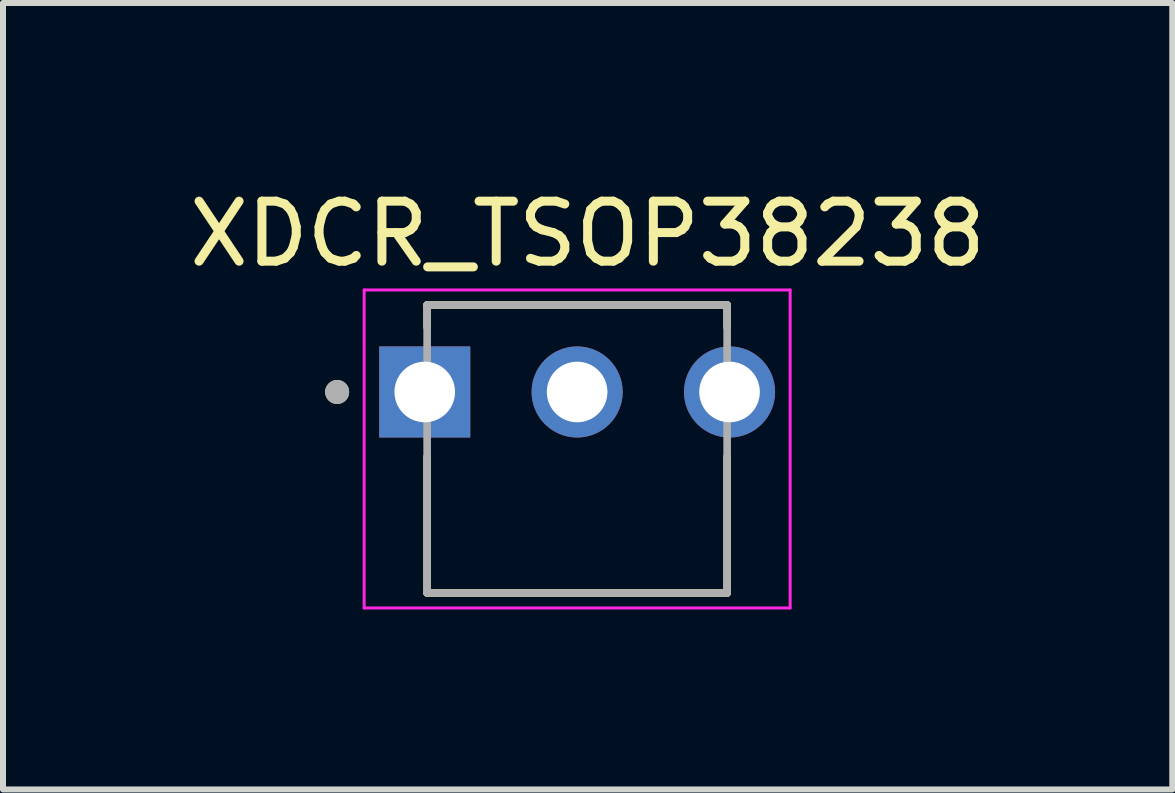
<source format=kicad_pcb>
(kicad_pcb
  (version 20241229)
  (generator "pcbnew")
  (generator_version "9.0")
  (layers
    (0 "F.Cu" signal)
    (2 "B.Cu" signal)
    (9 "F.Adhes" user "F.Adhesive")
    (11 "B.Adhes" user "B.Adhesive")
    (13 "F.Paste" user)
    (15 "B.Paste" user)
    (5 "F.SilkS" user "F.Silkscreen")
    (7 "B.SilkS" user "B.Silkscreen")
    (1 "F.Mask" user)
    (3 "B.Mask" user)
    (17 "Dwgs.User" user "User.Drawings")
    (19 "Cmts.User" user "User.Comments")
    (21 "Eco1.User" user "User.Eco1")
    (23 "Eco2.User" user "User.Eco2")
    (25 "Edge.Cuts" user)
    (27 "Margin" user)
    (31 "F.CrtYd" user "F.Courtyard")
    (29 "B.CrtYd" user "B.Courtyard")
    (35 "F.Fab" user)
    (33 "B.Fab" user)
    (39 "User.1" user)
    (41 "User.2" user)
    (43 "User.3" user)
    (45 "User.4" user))
  (footprint "XDCR_TSOP38238"
    (layer "F.Cu")
    (at 6.569 3.483)
    (property "Reference" "XDCR_TSOP38238" (at 0.175 -2.635 0) (layer "F.SilkS") (effects (font (size 1 1) (thickness 0.15))))
    (attr through_hole)
    (fp_line (start -2.5 -1.45) (end 2.5 -1.45) (stroke (width 0.127) (type solid)) (layer "F.SilkS"))
    (fp_line (start -2.5 -1.08) (end -2.5 -1.45) (stroke (width 0.127) (type solid)) (layer "F.SilkS"))
    (fp_line (start -2.5 3.35) (end -2.5 1.08) (stroke (width 0.127) (type solid)) (layer "F.SilkS"))
    (fp_line (start 2.5 -1.45) (end 2.5 -1.08) (stroke (width 0.127) (type solid)) (layer "F.SilkS"))
    (fp_line (start 2.5 1.08) (end 2.5 3.35) (stroke (width 0.127) (type solid)) (layer "F.SilkS"))
    (fp_line (start 2.5 3.35) (end -2.5 3.35) (stroke (width 0.127) (type solid)) (layer "F.SilkS"))
    (fp_circle (center -4 0) (end -3.9 0) (stroke (width 0.2) (type solid)) (fill no) (layer "F.SilkS"))
    (fp_line (start -3.55 -1.7) (end 3.55 -1.7) (stroke (width 0.05) (type solid)) (layer "F.CrtYd"))
    (fp_line (start -3.55 3.6) (end -3.55 -1.7) (stroke (width 0.05) (type solid)) (layer "F.CrtYd"))
    (fp_line (start 3.55 -1.7) (end 3.55 3.6) (stroke (width 0.05) (type solid)) (layer "F.CrtYd"))
    (fp_line (start 3.55 3.6) (end -3.55 3.6) (stroke (width 0.05) (type solid)) (layer "F.CrtYd"))
    (fp_line (start -2.5 -1.45) (end 2.5 -1.45) (stroke (width 0.127) (type solid)) (layer "F.Fab"))
    (fp_line (start -2.5 3.35) (end -2.5 -1.45) (stroke (width 0.127) (type solid)) (layer "F.Fab"))
    (fp_line (start 2.5 -1.45) (end 2.5 3.35) (stroke (width 0.127) (type solid)) (layer "F.Fab"))
    (fp_line (start 2.5 3.35) (end -2.5 3.35) (stroke (width 0.127) (type solid)) (layer "F.Fab"))
    (fp_circle (center -4 0) (end -3.9 0) (stroke (width 0.2) (type solid)) (fill no) (layer "F.Fab"))
    (pad "1" thru_hole rect (at -2.54 0) (size 1.518 1.518) (drill 1.01) (layers "*.Cu" "*.Mask"))
    (pad "2" thru_hole circle (at 0 0) (size 1.518 1.518) (drill 1.01) (layers "*.Cu" "*.Mask"))
    (pad "3" thru_hole circle (at 2.54 0) (size 1.518 1.518) (drill 1.01) (layers "*.Cu" "*.Mask")))
  (gr_rect
    (start -3 -3)
    (end 16.488 10.108)
    (stroke (width 0.1) (type default))
    (fill no)
    (layer "Edge.Cuts")))
</source>
